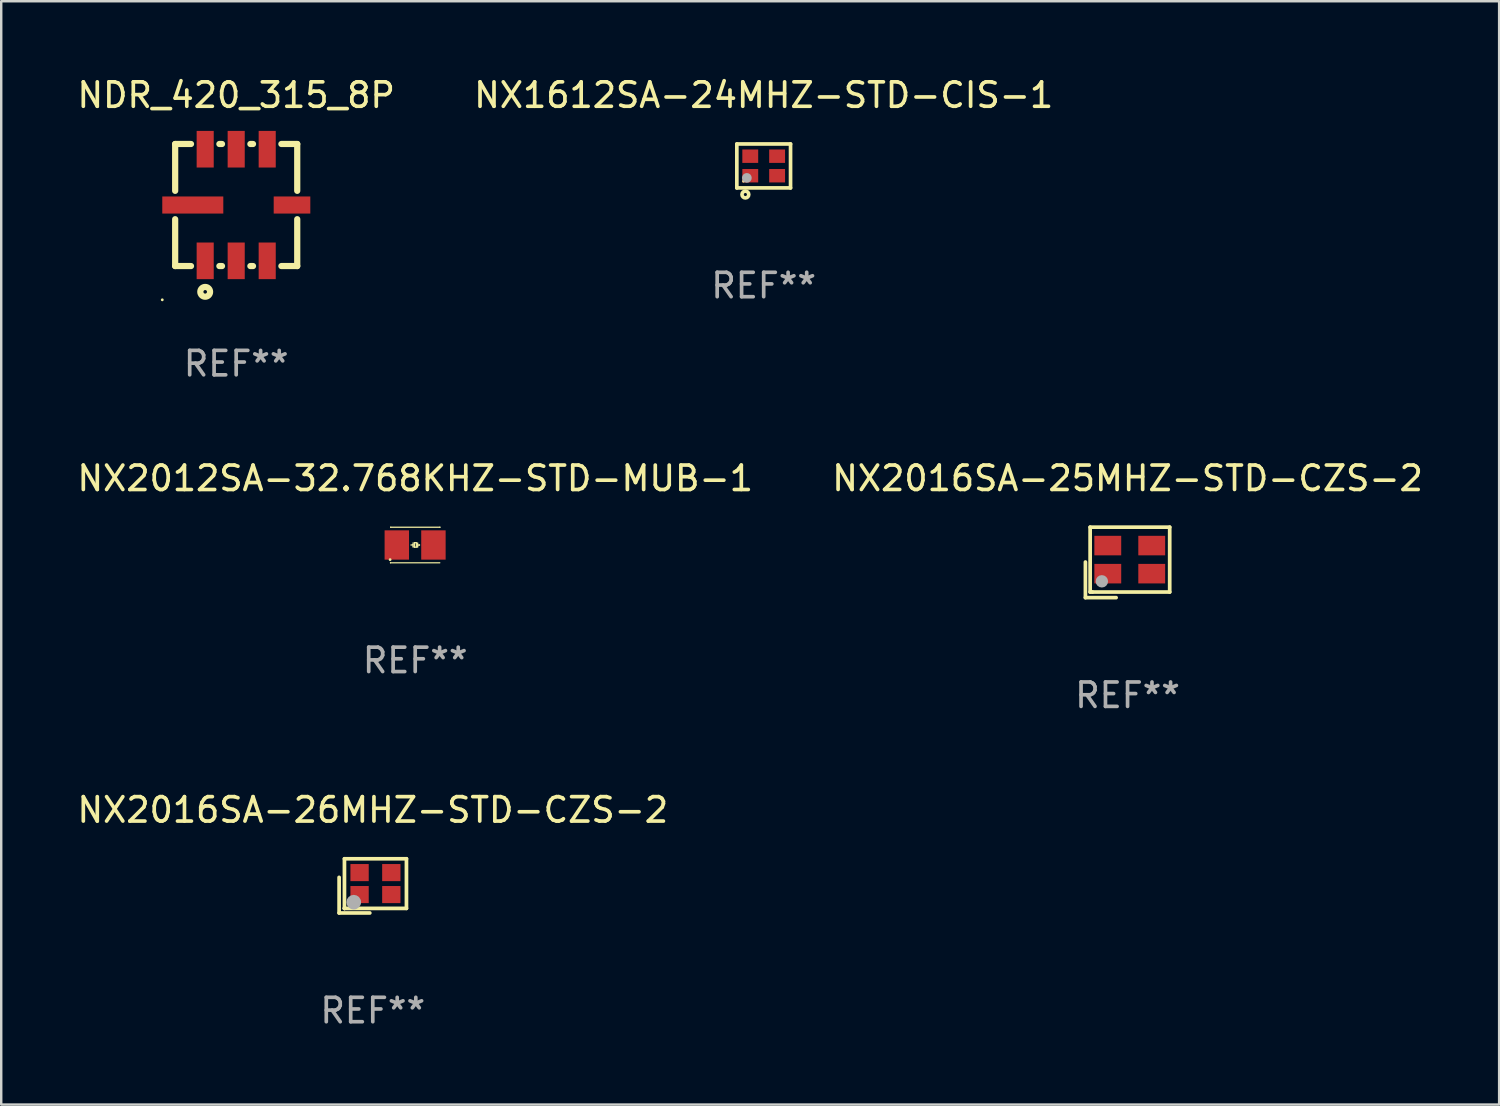
<source format=kicad_pcb>
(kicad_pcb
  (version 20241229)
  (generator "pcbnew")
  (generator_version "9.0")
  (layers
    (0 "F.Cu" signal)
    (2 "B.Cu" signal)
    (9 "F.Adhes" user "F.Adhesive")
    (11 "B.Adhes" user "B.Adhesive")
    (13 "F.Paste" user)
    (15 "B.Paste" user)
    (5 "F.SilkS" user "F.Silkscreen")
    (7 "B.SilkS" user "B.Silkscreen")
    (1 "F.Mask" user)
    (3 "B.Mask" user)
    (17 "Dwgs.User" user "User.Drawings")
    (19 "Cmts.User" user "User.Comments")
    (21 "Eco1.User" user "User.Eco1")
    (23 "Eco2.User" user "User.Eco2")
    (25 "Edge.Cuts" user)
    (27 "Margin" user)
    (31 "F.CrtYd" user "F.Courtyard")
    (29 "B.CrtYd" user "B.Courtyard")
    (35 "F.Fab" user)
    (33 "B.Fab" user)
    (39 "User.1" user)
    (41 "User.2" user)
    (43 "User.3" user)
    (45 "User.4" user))
  (footprint "NX2016SA-26MHZ-STD-CZS-2"
    (layer "F.Cu")
    (at 12.22 33.237)
    (property "Reference" "NX2016SA-26MHZ-STD-CZS-2" (at 0 -3.11 0) (layer "F.SilkS") (effects (font (size 1 1) (thickness 0.15))))
    (attr through_hole)
    (fp_line (start -1.379 -0.348) (end -1.379 1.11) (stroke (width 0.152) (type solid)) (layer "F.SilkS"))
    (fp_line (start -1.379 1.11) (end -0.122 1.11) (stroke (width 0.152) (type solid)) (layer "F.SilkS"))
    (fp_line (start -1.161 -1.11) (end 1.379 -1.11) (stroke (width 0.152) (type solid)) (layer "F.SilkS"))
    (fp_line (start -1.161 0.922) (end -1.161 -1.11) (stroke (width 0.152) (type solid)) (layer "F.SilkS"))
    (fp_line (start -1.161 0.922) (end -1.161 0.922) (stroke (width 0.152) (type solid)) (layer "F.SilkS"))
    (fp_line (start -1.161 0.922) (end -1.161 0.922) (stroke (width 0.152) (type solid)) (layer "F.SilkS"))
    (fp_line (start 1.379 -1.11) (end 1.379 0.922) (stroke (width 0.152) (type solid)) (layer "F.SilkS"))
    (fp_line (start 1.379 0.922) (end -1.161 0.922) (stroke (width 0.152) (type solid)) (layer "F.SilkS"))
    (fp_circle (center -0.891 0.706) (end -0.861 0.706) (stroke (width 0.06) (type solid)) (fill no) (layer "F.SilkS"))
    (fp_circle (center -0.78 0.668) (end -0.63 0.668) (stroke (width 0.3) (type solid)) (fill no) (layer "F.Fab"))
    (fp_text user "REF**" (at 0 5.11 0) (layer "F.Fab") (effects (font (size 1 1) (thickness 0.15))))
    (pad "1" smd rect (at -0.541 0.356) (size 0.75 0.7) (layers "F.Cu" "F.Mask" "F.Paste"))
    (pad "2" smd rect (at 0.759 0.356) (size 0.75 0.7) (layers "F.Cu" "F.Mask" "F.Paste"))
    (pad "3" smd rect (at 0.759 -0.544) (size 0.75 0.7) (layers "F.Cu" "F.Mask" "F.Paste"))
    (pad "4" smd rect (at -0.541 -0.544) (size 0.75 0.7) (layers "F.Cu" "F.Mask" "F.Paste")))
  (footprint "NX1612SA-24MHZ-STD-CIS-1"
    (layer "F.Cu")
    (at 28.232 3.748)
    (property "Reference" "NX1612SA-24MHZ-STD-CIS-1" (at 0 -2.9 0) (layer "F.SilkS") (effects (font (size 1 1) (thickness 0.15))))
    (attr through_hole)
    (fp_line (start -1.1 -0.9) (end -1.1 0.9) (stroke (width 0.15) (type solid)) (layer "F.SilkS"))
    (fp_line (start -1.1 -0.9) (end 1.1 -0.9) (stroke (width 0.15) (type solid)) (layer "F.SilkS"))
    (fp_line (start -1.1 0.9) (end 1.1 0.9) (stroke (width 0.15) (type solid)) (layer "F.SilkS"))
    (fp_line (start 1.1 -0.9) (end 1.1 0.9) (stroke (width 0.15) (type solid)) (layer "F.SilkS"))
    (fp_circle (center -0.825 0.625) (end -0.795 0.625) (stroke (width 0.06) (type solid)) (fill no) (layer "F.SilkS"))
    (fp_circle (center -0.75 1.17) (end -0.686 1.17) (stroke (width 0.15) (type solid)) (fill no) (layer "F.SilkS"))
    (fp_circle (center -0.69 0.49) (end -0.59 0.49) (stroke (width 0.2) (type solid)) (fill no) (layer "F.Fab"))
    (fp_text user "REF**" (at 0 4.9 0) (layer "F.Fab") (effects (font (size 1 1) (thickness 0.15))))
    (pad "1" smd rect (at -0.55 0.4) (size 0.65 0.55) (layers "F.Cu" "F.Mask" "F.Paste"))
    (pad "2" smd rect (at 0.55 0.4) (size 0.65 0.55) (layers "F.Cu" "F.Mask" "F.Paste"))
    (pad "3" smd rect (at 0.55 -0.4) (size 0.65 0.55) (layers "F.Cu" "F.Mask" "F.Paste"))
    (pad "4" smd rect (at -0.55 -0.4) (size 0.65 0.55) (layers "F.Cu" "F.Mask" "F.Paste")))
  (footprint "NX2012SA-32.768KHZ-STD-MUB-1"
    (layer "F.Cu")
    (at 13.958 19.274)
    (property "Reference" "NX2012SA-32.768KHZ-STD-MUB-1" (at 0 -2.729 0) (layer "F.SilkS") (effects (font (size 1 1) (thickness 0.15))))
    (attr through_hole)
    (fp_line (start -1.013 0.728) (end -1.013 0.729) (stroke (width 0.051) (type solid)) (layer "F.SilkS"))
    (fp_line (start -1.006 -0.728) (end 1.013 -0.728) (stroke (width 0.051) (type solid)) (layer "F.SilkS"))
    (fp_line (start -1.004 -0.729) (end -1.006 -0.728) (stroke (width 0.051) (type solid)) (layer "F.SilkS"))
    (fp_line (start -0.175 -0.000368) (end -0.099 -0.005) (stroke (width 0.051) (type solid)) (layer "F.SilkS"))
    (fp_line (start -0.099 -0.005) (end -0.097 -0.003) (stroke (width 0.051) (type solid)) (layer "F.SilkS"))
    (fp_line (start -0.086 -0.087) (end -0.086 0.077) (stroke (width 0.051) (type solid)) (layer "F.SilkS"))
    (fp_line (start -0.086 0.077) (end -0.087 0.078) (stroke (width 0.051) (type solid)) (layer "F.SilkS"))
    (fp_line (start -0.032 -0.09) (end -0.032 0.083) (stroke (width 0.051) (type solid)) (layer "F.SilkS"))
    (fp_line (start -0.032 0.083) (end -0.026 0.089) (stroke (width 0.051) (type solid)) (layer "F.SilkS"))
    (fp_line (start -0.026 0.089) (end 0.046 0.089) (stroke (width 0.051) (type solid)) (layer "F.SilkS"))
    (fp_line (start -0.021 -0.095) (end -0.026 -0.09) (stroke (width 0.051) (type solid)) (layer "F.SilkS"))
    (fp_line (start 0.037 -0.095) (end -0.021 -0.095) (stroke (width 0.051) (type solid)) (layer "F.SilkS"))
    (fp_line (start 0.046 -0.086) (end 0.037 -0.095) (stroke (width 0.051) (type solid)) (layer "F.SilkS"))
    (fp_line (start 0.046 0.089) (end 0.046 -0.086) (stroke (width 0.051) (type solid)) (layer "F.SilkS"))
    (fp_line (start 0.1 -0.084) (end 0.1 0.08) (stroke (width 0.051) (type solid)) (layer "F.SilkS"))
    (fp_line (start 0.1 0.08) (end 0.099 0.081) (stroke (width 0.051) (type solid)) (layer "F.SilkS"))
    (fp_line (start 0.1 0.003) (end 0.177 -0.000368) (stroke (width 0.051) (type solid)) (layer "F.SilkS"))
    (fp_line (start 0.177 -0.000368) (end 0.16 0.004) (stroke (width 0.051) (type solid)) (layer "F.SilkS"))
    (fp_line (start 1.006 0.729) (end -1.013 0.729) (stroke (width 0.051) (type solid)) (layer "F.SilkS"))
    (fp_line (start 1.013 -0.728) (end 1.011 -0.729) (stroke (width 0.051) (type solid)) (layer "F.SilkS"))
    (fp_circle (center -1.029 0.6) (end -0.999 0.6) (stroke (width 0.06) (type solid)) (fill no) (layer "F.SilkS"))
    (fp_text user "REF**" (at 0 4.729 0) (layer "F.Fab") (effects (font (size 1 1) (thickness 0.15))))
    (pad "1" smd rect (at -0.754 -0.000368) (size 1 1.2) (layers "F.Cu" "F.Mask" "F.Paste"))
    (pad "2" smd rect (at 0.746 -0.000368) (size 1 1.2) (layers "F.Cu" "F.Mask" "F.Paste")))
  (footprint "NX2016SA-25MHZ-STD-CZS-2"
    (layer "F.Cu")
    (at 43.137 19.987)
    (property "Reference" "NX2016SA-25MHZ-STD-CZS-2" (at 0 -3.443 0) (layer "F.SilkS") (effects (font (size 1 1) (thickness 0.15))))
    (attr through_hole)
    (fp_line (start -1.726 -0.015) (end -1.726 1.443) (stroke (width 0.152) (type solid)) (layer "F.SilkS"))
    (fp_line (start -1.726 1.443) (end -0.469 1.443) (stroke (width 0.152) (type solid)) (layer "F.SilkS"))
    (fp_line (start -1.533 -1.443) (end 1.726 -1.443) (stroke (width 0.152) (type solid)) (layer "F.SilkS"))
    (fp_line (start -1.533 1.214) (end -1.533 -1.443) (stroke (width 0.152) (type solid)) (layer "F.SilkS"))
    (fp_line (start -1.439 1.214) (end -1.533 1.214) (stroke (width 0.152) (type solid)) (layer "F.SilkS"))
    (fp_line (start 1.726 -1.443) (end 1.726 1.214) (stroke (width 0.152) (type solid)) (layer "F.SilkS"))
    (fp_line (start 1.726 1.214) (end -1.439 1.214) (stroke (width 0.152) (type solid)) (layer "F.SilkS"))
    (fp_circle (center -0.91 0.686) (end -0.88 0.686) (stroke (width 0.06) (type solid)) (fill no) (layer "F.SilkS"))
    (fp_circle (center -1.053 0.775) (end -0.926 0.775) (stroke (width 0.254) (type solid)) (fill no) (layer "F.Fab"))
    (fp_text user "REF**" (at 0 5.443 0) (layer "F.Fab") (effects (font (size 1 1) (thickness 0.15))))
    (pad "1" smd rect (at -0.81 0.461) (size 1.1 0.8) (layers "F.Cu" "F.Mask" "F.Paste"))
    (pad "2" smd rect (at 0.99 0.461) (size 1.1 0.8) (layers "F.Cu" "F.Mask" "F.Paste"))
    (pad "3" smd rect (at 0.99 -0.689) (size 1.1 0.8) (layers "F.Cu" "F.Mask" "F.Paste"))
    (pad "4" smd rect (at -0.81 -0.689) (size 1.1 0.8) (layers "F.Cu" "F.Mask" "F.Paste")))
  (footprint "NDR_420_315_8P"
    (layer "F.Cu")
    (at 6.625 5.348)
    (property "Reference" "NDR_420_315_8P" (at 0 -4.5 0) (layer "F.SilkS") (effects (font (size 1 1) (thickness 0.15))))
    (attr through_hole)
    (fp_line (start -2.5 -2.5) (end -2.5 -0.581) (stroke (width 0.254) (type solid)) (layer "F.SilkS"))
    (fp_line (start -2.5 -2.5) (end -1.851 -2.5) (stroke (width 0.254) (type solid)) (layer "F.SilkS"))
    (fp_line (start -2.5 0.581) (end -2.5 2.5) (stroke (width 0.254) (type solid)) (layer "F.SilkS"))
    (fp_line (start -2.5 2.5) (end -1.851 2.5) (stroke (width 0.254) (type solid)) (layer "F.SilkS"))
    (fp_line (start -0.689 -2.5) (end -0.581 -2.5) (stroke (width 0.254) (type solid)) (layer "F.SilkS"))
    (fp_line (start -0.689 2.5) (end -0.581 2.5) (stroke (width 0.254) (type solid)) (layer "F.SilkS"))
    (fp_line (start 0.581 -2.5) (end 0.689 -2.5) (stroke (width 0.254) (type solid)) (layer "F.SilkS"))
    (fp_line (start 0.581 2.5) (end 0.689 2.5) (stroke (width 0.254) (type solid)) (layer "F.SilkS"))
    (fp_line (start 1.851 -2.5) (end 2.5 -2.5) (stroke (width 0.254) (type solid)) (layer "F.SilkS"))
    (fp_line (start 1.851 2.5) (end 2.5 2.5) (stroke (width 0.254) (type solid)) (layer "F.SilkS"))
    (fp_line (start 2.5 -0.581) (end 2.5 -2.5) (stroke (width 0.254) (type solid)) (layer "F.SilkS"))
    (fp_line (start 2.5 2.5) (end 2.5 0.581) (stroke (width 0.254) (type solid)) (layer "F.SilkS"))
    (fp_circle (center -3.028 3.883) (end -2.998 3.883) (stroke (width 0.06) (type solid)) (fill no) (layer "F.SilkS"))
    (fp_circle (center -1.27 3.556) (end -1.07 3.556) (stroke (width 0.254) (type solid)) (fill no) (layer "F.SilkS"))
    (fp_text user "REF**" (at 0 6.5 0) (layer "F.Fab") (effects (font (size 1 1) (thickness 0.15))))
    (pad "1" smd rect (at -1.27 2.286 90) (size 1.5 0.7) (layers "F.Cu" "F.Mask" "F.Paste"))
    (pad "2" smd rect (at -0.000127 2.286 90) (size 1.5 0.7) (layers "F.Cu" "F.Mask" "F.Paste"))
    (pad "3" smd rect (at 1.27 2.286 90) (size 1.5 0.7) (layers "F.Cu" "F.Mask" "F.Paste"))
    (pad "4" smd rect (at 2.286 -0.000127 180) (size 1.5 0.7) (layers "F.Cu" "F.Mask" "F.Paste"))
    (pad "5" smd rect (at 1.27 -2.286 270) (size 1.5 0.7) (layers "F.Cu" "F.Mask" "F.Paste"))
    (pad "6" smd rect (at -0.000127 -2.286 270) (size 1.5 0.7) (layers "F.Cu" "F.Mask" "F.Paste"))
    (pad "7" smd rect (at -1.27 -2.286 270) (size 1.5 0.7) (layers "F.Cu" "F.Mask" "F.Paste"))
    (pad "8" smd rect (at -1.778 -0.000127) (size 2.5 0.7) (layers "F.Cu" "F.Mask" "F.Paste")))
  (gr_rect
    (start -3 -3)
    (end 58.357 42.195)
    (stroke (width 0.1) (type default))
    (fill no)
    (layer "Edge.Cuts")))
</source>
